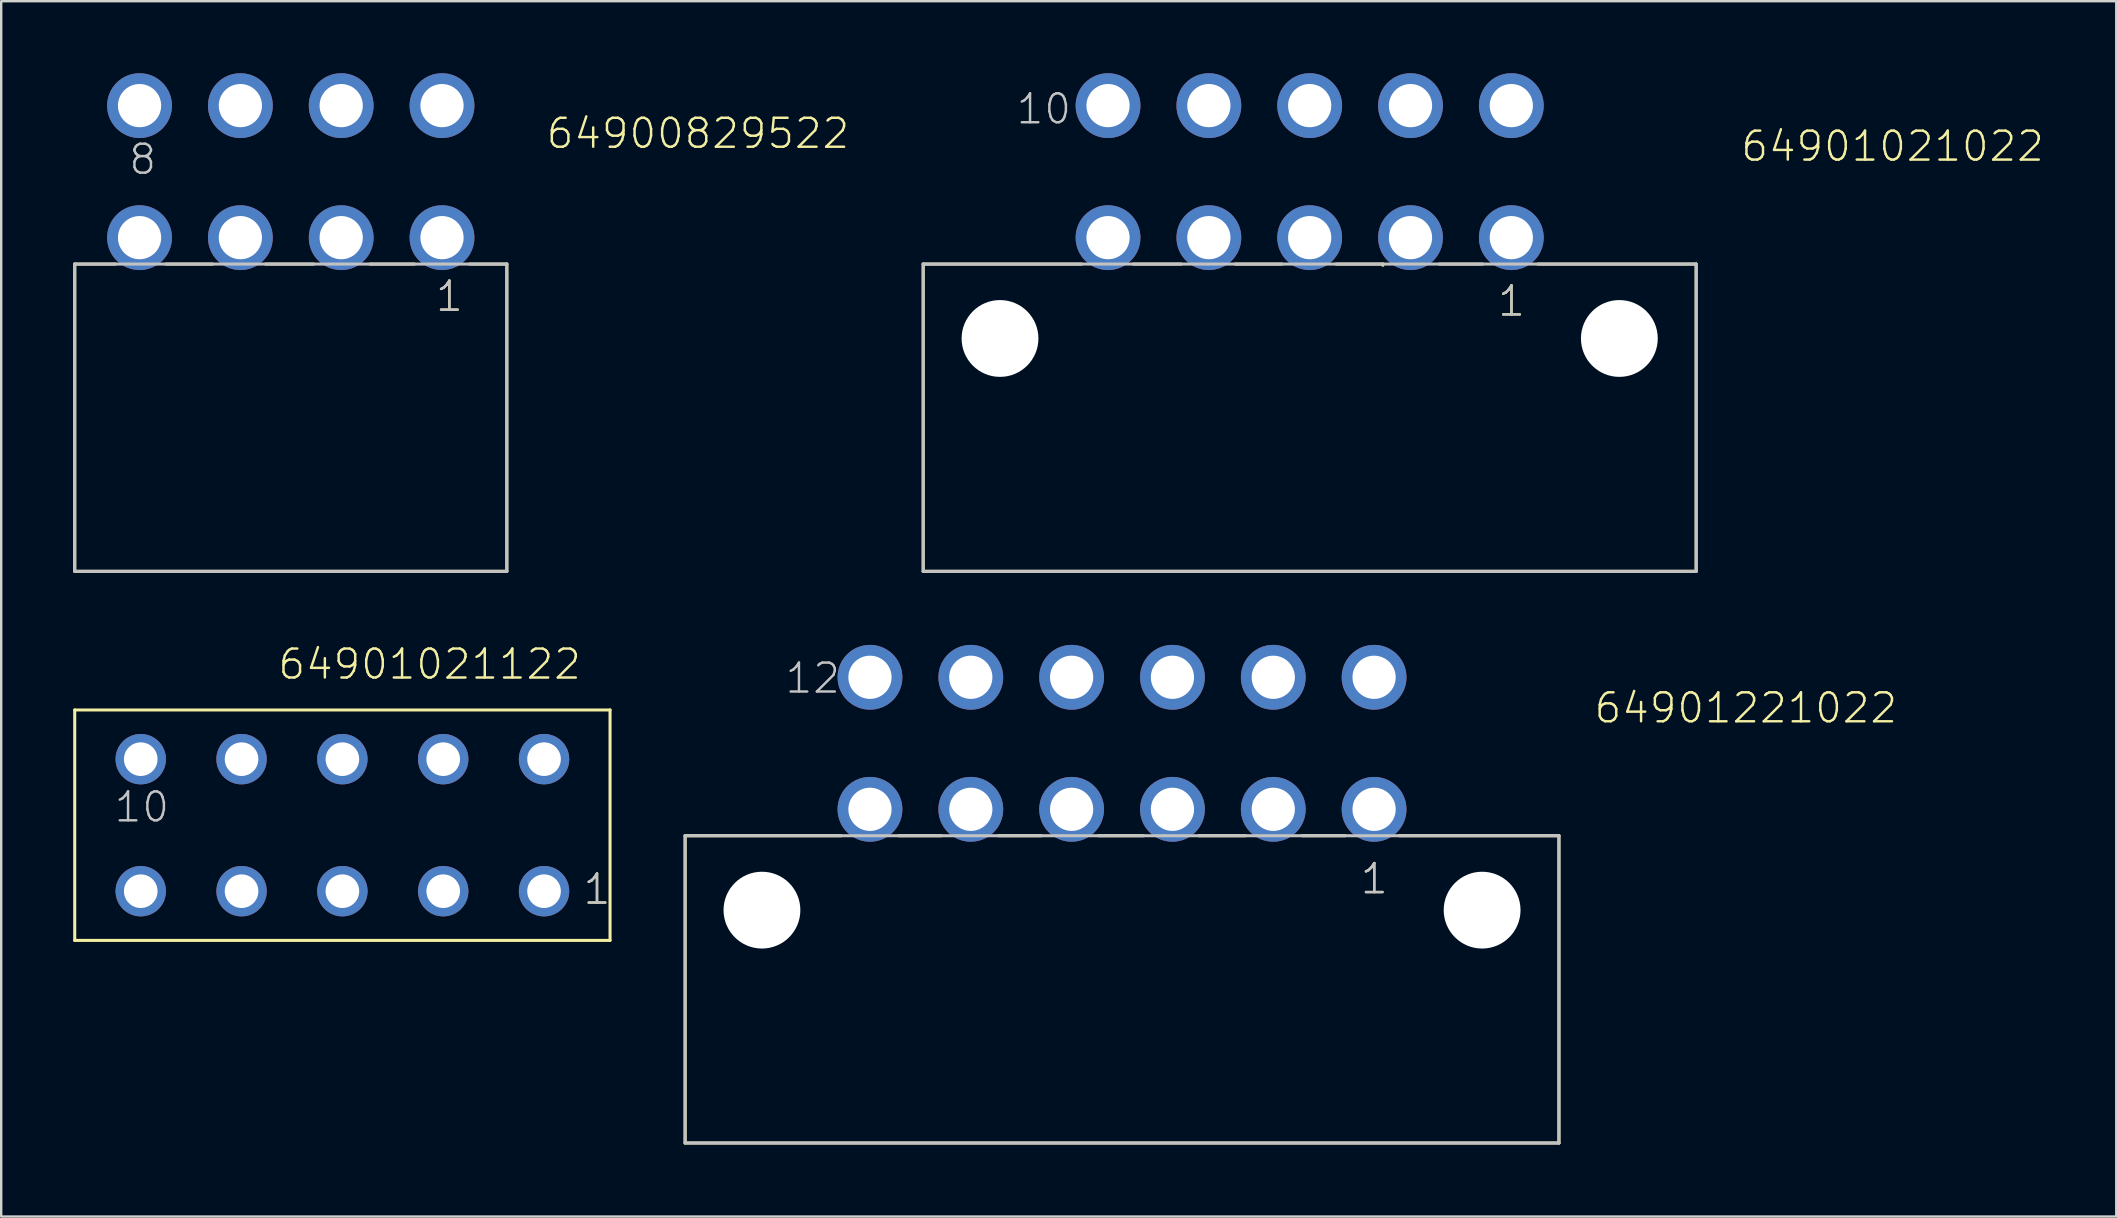
<source format=kicad_pcb>
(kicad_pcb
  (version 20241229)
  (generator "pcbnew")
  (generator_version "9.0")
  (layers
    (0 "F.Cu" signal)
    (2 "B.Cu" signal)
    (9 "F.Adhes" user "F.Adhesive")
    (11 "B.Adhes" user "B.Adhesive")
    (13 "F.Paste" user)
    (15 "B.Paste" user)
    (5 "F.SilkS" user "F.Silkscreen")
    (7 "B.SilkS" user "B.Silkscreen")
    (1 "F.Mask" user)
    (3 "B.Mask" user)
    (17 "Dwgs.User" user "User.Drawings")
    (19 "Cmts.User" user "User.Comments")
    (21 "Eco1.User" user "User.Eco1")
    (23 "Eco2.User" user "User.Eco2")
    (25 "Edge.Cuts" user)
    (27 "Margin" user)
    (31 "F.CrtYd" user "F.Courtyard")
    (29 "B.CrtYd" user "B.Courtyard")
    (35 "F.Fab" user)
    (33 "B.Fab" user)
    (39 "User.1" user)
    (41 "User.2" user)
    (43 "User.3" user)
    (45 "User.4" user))
  (footprint "64901021022"
    (layer "F.Cu")
    (at 51.508 11.05)
    (property "Reference" "64901021022" (at 17.898 -7.3 0) (layer "F.SilkS") (effects (font (size 1.206 1.206) (thickness 0.102)) (justify left bottom)))
    (attr through_hole)
    (fp_line (start -16.1 -3.1) (end -9.5 -3.1) (stroke (width 0.127) (type solid)) (layer "F.SilkS"))
    (fp_line (start -16.1 9.7) (end -16.1 -3.1) (stroke (width 0.127) (type solid)) (layer "F.SilkS"))
    (fp_line (start -7.35 -3.1) (end -5.35 -3.1) (stroke (width 0.127) (type solid)) (layer "F.SilkS"))
    (fp_line (start -3.1 -3.1) (end -1.15 -3.1) (stroke (width 0.127) (type solid)) (layer "F.SilkS"))
    (fp_line (start 1.1 -3.1) (end 3.05 -3.1) (stroke (width 0.127) (type solid)) (layer "F.SilkS"))
    (fp_line (start 3.05 -3.1) (end 3.05 -3.05) (stroke (width 0.127) (type solid)) (layer "F.SilkS"))
    (fp_line (start 5.4 -3.1) (end 7.2 -3.1) (stroke (width 0.127) (type solid)) (layer "F.SilkS"))
    (fp_line (start 9.5 -3.1) (end 16.1 -3.1) (stroke (width 0.127) (type solid)) (layer "F.SilkS"))
    (fp_line (start 16.1 -3.1) (end 16.1 9.7) (stroke (width 0.127) (type solid)) (layer "F.SilkS"))
    (fp_line (start 16.1 9.7) (end -16.1 9.7) (stroke (width 0.127) (type solid)) (layer "F.SilkS"))
    (fp_line (start -16.1 -3.1) (end 16.1 -3.1) (stroke (width 0.127) (type solid)) (layer "Dwgs.User"))
    (fp_line (start -16.1 9.7) (end -16.1 -3.1) (stroke (width 0.127) (type solid)) (layer "Dwgs.User"))
    (fp_line (start 16.1 -3.1) (end 16.1 9.7) (stroke (width 0.127) (type solid)) (layer "Dwgs.User"))
    (fp_line (start 16.1 9.7) (end -16.1 9.7) (stroke (width 0.127) (type solid)) (layer "Dwgs.User"))
    (fp_text user "1" (at 7.765 -0.85 0) (layer "F.SilkS") (effects (font (size 1.206 1.206) (thickness 0.102)) (justify left bottom)))
    (fp_text user "10" (at -12.29 -8.855 0) (layer "Dwgs.User") (effects (font (size 1.206 1.206) (thickness 0.102)) (justify left bottom)))
    (fp_text user "1" (at 7.765 -0.85 0) (layer "Dwgs.User") (effects (font (size 1.206 1.206) (thickness 0.102)) (justify left bottom)))
    (pad "" np_thru_hole circle (at -12.9 0) (size 3.2 3.2) (drill 3.2) (layers "*.Cu"))
    (pad "" np_thru_hole circle (at 12.9 0) (size 3.2 3.2) (drill 3.2) (layers "*.Cu"))
    (pad "1" thru_hole circle (at 8.4 -4.2) (size 2.7 2.7) (drill 1.8) (layers "*.Cu" "*.Mask"))
    (pad "2" thru_hole circle (at 4.2 -4.2) (size 2.7 2.7) (drill 1.8) (layers "*.Cu" "*.Mask"))
    (pad "3" thru_hole circle (at 0 -4.2) (size 2.7 2.7) (drill 1.8) (layers "*.Cu" "*.Mask"))
    (pad "4" thru_hole circle (at -4.2 -4.2) (size 2.7 2.7) (drill 1.8) (layers "*.Cu" "*.Mask"))
    (pad "5" thru_hole circle (at -8.4 -4.2) (size 2.7 2.7) (drill 1.8) (layers "*.Cu" "*.Mask"))
    (pad "6" thru_hole circle (at 8.4 -9.7) (size 2.7 2.7) (drill 1.8) (layers "*.Cu" "*.Mask"))
    (pad "7" thru_hole circle (at 4.2 -9.7) (size 2.7 2.7) (drill 1.8) (layers "*.Cu" "*.Mask"))
    (pad "8" thru_hole circle (at 0 -9.7) (size 2.7 2.7) (drill 1.8) (layers "*.Cu" "*.Mask"))
    (pad "9" thru_hole circle (at -4.2 -9.7) (size 2.7 2.7) (drill 1.8) (layers "*.Cu" "*.Mask"))
    (pad "10" thru_hole circle (at -8.4 -9.7) (size 2.7 2.7) (drill 1.8) (layers "*.Cu" "*.Mask")))
  (footprint "64901021122"
    (layer "F.Cu")
    (at 11.213 31.325)
    (property "Reference" "64901021122" (at -2.75 -6 0) (layer "F.SilkS") (effects (font (size 1.206 1.206) (thickness 0.102)) (justify left bottom)))
    (attr through_hole)
    (fp_line (start -11.15 -4.8) (end 11.15 -4.8) (stroke (width 0.127) (type solid)) (layer "F.SilkS"))
    (fp_line (start -11.15 4.8) (end -11.15 -4.8) (stroke (width 0.127) (type solid)) (layer "F.SilkS"))
    (fp_line (start 11.15 -4.8) (end 11.15 4.8) (stroke (width 0.127) (type solid)) (layer "F.SilkS"))
    (fp_line (start 11.15 4.8) (end -11.15 4.8) (stroke (width 0.127) (type solid)) (layer "F.SilkS"))
    (fp_text user "1" (at 9.965 3.375 0) (layer "F.SilkS") (effects (font (size 1.206 1.206) (thickness 0.102)) (justify left bottom)))
    (fp_text user "1" (at 9.965 3.375 0) (layer "Dwgs.User") (effects (font (size 1.206 1.206) (thickness 0.102)) (justify left bottom)))
    (fp_text user "10" (at -9.57 -0.05 0) (layer "Dwgs.User") (effects (font (size 1.206 1.206) (thickness 0.102)) (justify left bottom)))
    (pad "1" thru_hole circle (at 8.4 2.75) (size 2.1 2.1) (drill 1.4) (layers "*.Cu" "*.Mask"))
    (pad "2" thru_hole circle (at 4.2 2.75) (size 2.1 2.1) (drill 1.4) (layers "*.Cu" "*.Mask"))
    (pad "3" thru_hole circle (at 0 2.75) (size 2.1 2.1) (drill 1.4) (layers "*.Cu" "*.Mask"))
    (pad "4" thru_hole circle (at -4.2 2.75) (size 2.1 2.1) (drill 1.4) (layers "*.Cu" "*.Mask"))
    (pad "5" thru_hole circle (at -8.4 2.75) (size 2.1 2.1) (drill 1.4) (layers "*.Cu" "*.Mask"))
    (pad "6" thru_hole circle (at 8.4 -2.75) (size 2.1 2.1) (drill 1.4) (layers "*.Cu" "*.Mask"))
    (pad "7" thru_hole circle (at 4.2 -2.75) (size 2.1 2.1) (drill 1.4) (layers "*.Cu" "*.Mask"))
    (pad "8" thru_hole circle (at 0 -2.75) (size 2.1 2.1) (drill 1.4) (layers "*.Cu" "*.Mask"))
    (pad "9" thru_hole circle (at -4.2 -2.75) (size 2.1 2.1) (drill 1.4) (layers "*.Cu" "*.Mask"))
    (pad "10" thru_hole circle (at -8.4 -2.75) (size 2.1 2.1) (drill 1.4) (layers "*.Cu" "*.Mask")))
  (footprint "64901221022"
    (layer "F.Cu")
    (at 43.691 34.864)
    (property "Reference" "64901221022" (at 19.602 -7.715 0) (layer "F.SilkS") (effects (font (size 1.206 1.206) (thickness 0.102)) (justify left bottom)))
    (attr through_hole)
    (fp_line (start -18.2 -3.1) (end -11.7 -3.1) (stroke (width 0.127) (type solid)) (layer "F.SilkS"))
    (fp_line (start -18.2 9.7) (end -18.2 -3.1) (stroke (width 0.127) (type solid)) (layer "F.SilkS"))
    (fp_line (start -9.3 -3.1) (end -7.5 -3.1) (stroke (width 0.127) (type solid)) (layer "F.SilkS"))
    (fp_line (start -5.15 -3.1) (end -3.35 -3.1) (stroke (width 0.127) (type solid)) (layer "F.SilkS"))
    (fp_line (start -1 -3.1) (end 0.9 -3.1) (stroke (width 0.127) (type solid)) (layer "F.SilkS"))
    (fp_line (start 3.2 -3.1) (end 5.15 -3.1) (stroke (width 0.127) (type solid)) (layer "F.SilkS"))
    (fp_line (start 7.5 -3.1) (end 9.3 -3.1) (stroke (width 0.127) (type solid)) (layer "F.SilkS"))
    (fp_line (start 11.55 -3.1) (end 18.2 -3.1) (stroke (width 0.127) (type solid)) (layer "F.SilkS"))
    (fp_line (start 18.2 -3.1) (end 18.2 9.7) (stroke (width 0.127) (type solid)) (layer "F.SilkS"))
    (fp_line (start 18.2 9.7) (end -18.2 9.7) (stroke (width 0.127) (type solid)) (layer "F.SilkS"))
    (fp_line (start -18.2 -3.1) (end 18.2 -3.1) (stroke (width 0.127) (type solid)) (layer "Dwgs.User"))
    (fp_line (start -18.2 9.7) (end -18.2 -3.1) (stroke (width 0.127) (type solid)) (layer "Dwgs.User"))
    (fp_line (start 18.2 -3.1) (end 18.2 9.7) (stroke (width 0.127) (type solid)) (layer "Dwgs.User"))
    (fp_line (start 18.2 9.7) (end -18.2 9.7) (stroke (width 0.127) (type solid)) (layer "Dwgs.User"))
    (fp_text user "1" (at 9.865 -0.6 0) (layer "F.SilkS") (effects (font (size 1.206 1.206) (thickness 0.102)) (justify left bottom)))
    (fp_text user "1" (at 9.865 -0.6 0) (layer "Dwgs.User") (effects (font (size 1.206 1.206) (thickness 0.102)) (justify left bottom)))
    (fp_text user "12" (at -14.1 -8.955 0) (layer "Dwgs.User") (effects (font (size 1.206 1.206) (thickness 0.102)) (justify left bottom)))
    (pad "" np_thru_hole circle (at -15 0) (size 3.2 3.2) (drill 3.2) (layers "*.Cu"))
    (pad "" np_thru_hole circle (at 15 0) (size 3.2 3.2) (drill 3.2) (layers "*.Cu"))
    (pad "1" thru_hole circle (at 10.5 -4.2) (size 2.7 2.7) (drill 1.8) (layers "*.Cu" "*.Mask"))
    (pad "2" thru_hole circle (at 6.3 -4.2) (size 2.7 2.7) (drill 1.8) (layers "*.Cu" "*.Mask"))
    (pad "3" thru_hole circle (at 2.1 -4.2) (size 2.7 2.7) (drill 1.8) (layers "*.Cu" "*.Mask"))
    (pad "4" thru_hole circle (at -2.1 -4.2) (size 2.7 2.7) (drill 1.8) (layers "*.Cu" "*.Mask"))
    (pad "5" thru_hole circle (at -6.3 -4.2) (size 2.7 2.7) (drill 1.8) (layers "*.Cu" "*.Mask"))
    (pad "6" thru_hole circle (at -10.5 -4.2) (size 2.7 2.7) (drill 1.8) (layers "*.Cu" "*.Mask"))
    (pad "7" thru_hole circle (at 10.5 -9.7) (size 2.7 2.7) (drill 1.8) (layers "*.Cu" "*.Mask"))
    (pad "8" thru_hole circle (at 6.3 -9.7) (size 2.7 2.7) (drill 1.8) (layers "*.Cu" "*.Mask"))
    (pad "9" thru_hole circle (at 2.1 -9.7) (size 2.7 2.7) (drill 1.8) (layers "*.Cu" "*.Mask"))
    (pad "10" thru_hole circle (at -2.1 -9.7) (size 2.7 2.7) (drill 1.8) (layers "*.Cu" "*.Mask"))
    (pad "11" thru_hole circle (at -6.3 -9.7) (size 2.7 2.7) (drill 1.8) (layers "*.Cu" "*.Mask"))
    (pad "12" thru_hole circle (at -10.5 -9.7) (size 2.7 2.7) (drill 1.8) (layers "*.Cu" "*.Mask")))
  (footprint "64900829522"
    (layer "F.Cu")
    (at 9.063 4.1)
    (property "Reference" "64900829522" (at 10.578 -0.885 0) (layer "F.SilkS") (effects (font (size 1.206 1.206) (thickness 0.102)) (justify left bottom)))
    (attr through_hole)
    (fp_line (start -9 3.85) (end -7.3 3.85) (stroke (width 0.127) (type solid)) (layer "F.SilkS"))
    (fp_line (start -9 16.65) (end -9 3.85) (stroke (width 0.127) (type solid)) (layer "F.SilkS"))
    (fp_line (start -5.2 3.85) (end -3.25 3.85) (stroke (width 0.127) (type solid)) (layer "F.SilkS"))
    (fp_line (start -1.05 3.85) (end 0.95 3.85) (stroke (width 0.127) (type solid)) (layer "F.SilkS"))
    (fp_line (start 3.3 3.85) (end 5.15 3.85) (stroke (width 0.127) (type solid)) (layer "F.SilkS"))
    (fp_line (start 7.45 3.85) (end 9 3.85) (stroke (width 0.127) (type solid)) (layer "F.SilkS"))
    (fp_line (start 9 3.85) (end 9 16.65) (stroke (width 0.127) (type solid)) (layer "F.SilkS"))
    (fp_line (start 9 16.65) (end -9 16.65) (stroke (width 0.127) (type solid)) (layer "F.SilkS"))
    (fp_line (start -9 3.85) (end 9 3.85) (stroke (width 0.127) (type solid)) (layer "Dwgs.User"))
    (fp_line (start -9 16.65) (end -9 3.85) (stroke (width 0.127) (type solid)) (layer "Dwgs.User"))
    (fp_line (start 9 3.85) (end 9 16.65) (stroke (width 0.127) (type solid)) (layer "Dwgs.User"))
    (fp_line (start 9 16.65) (end -9 16.65) (stroke (width 0.127) (type solid)) (layer "Dwgs.User"))
    (fp_text user "1" (at 5.965 5.9 0) (layer "F.SilkS") (effects (font (size 1.206 1.206) (thickness 0.102)) (justify left bottom)))
    (fp_text user "1" (at 5.965 5.9 0) (layer "Dwgs.User") (effects (font (size 1.206 1.206) (thickness 0.102)) (justify left bottom)))
    (fp_text user "8" (at -6.81 0.195 0) (layer "Dwgs.User") (effects (font (size 1.206 1.206) (thickness 0.102)) (justify left bottom)))
    (pad "1" thru_hole circle (at 6.3 2.75) (size 2.7 2.7) (drill 1.8) (layers "*.Cu" "*.Mask"))
    (pad "2" thru_hole circle (at 2.1 2.75) (size 2.7 2.7) (drill 1.8) (layers "*.Cu" "*.Mask"))
    (pad "3" thru_hole circle (at -2.1 2.75) (size 2.7 2.7) (drill 1.8) (layers "*.Cu" "*.Mask"))
    (pad "4" thru_hole circle (at -6.3 2.75) (size 2.7 2.7) (drill 1.8) (layers "*.Cu" "*.Mask"))
    (pad "5" thru_hole circle (at 6.3 -2.75) (size 2.7 2.7) (drill 1.8) (layers "*.Cu" "*.Mask"))
    (pad "6" thru_hole circle (at 2.1 -2.75) (size 2.7 2.7) (drill 1.8) (layers "*.Cu" "*.Mask"))
    (pad "7" thru_hole circle (at -2.1 -2.75) (size 2.7 2.7) (drill 1.8) (layers "*.Cu" "*.Mask"))
    (pad "8" thru_hole circle (at -6.3 -2.75) (size 2.7 2.7) (drill 1.8) (layers "*.Cu" "*.Mask")))
  (gr_rect
    (start -3 -3)
    (end 85.108 47.627)
    (stroke (width 0.1) (type default))
    (fill no)
    (layer "Edge.Cuts")))
</source>
